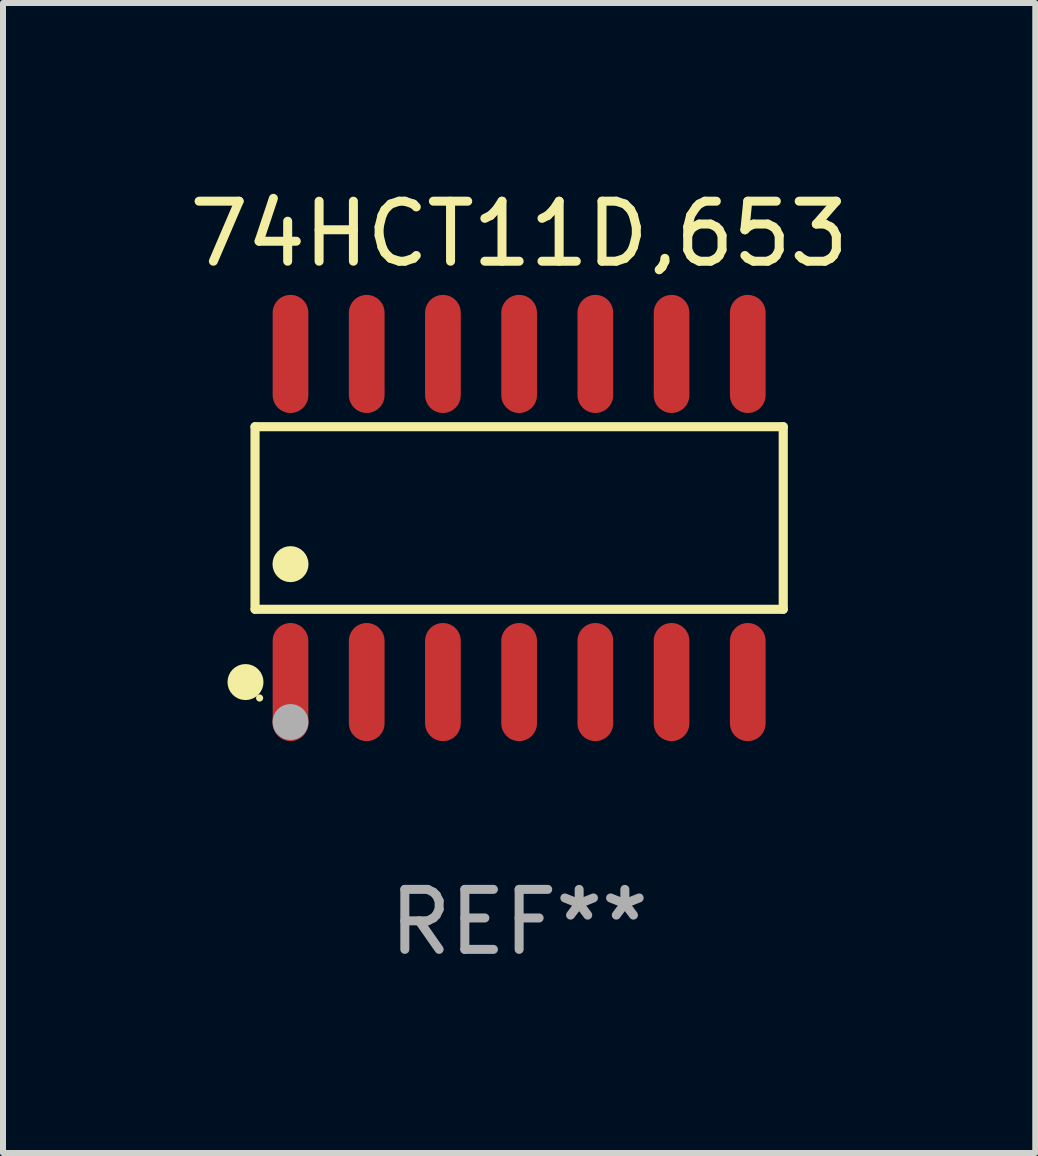
<source format=kicad_pcb>
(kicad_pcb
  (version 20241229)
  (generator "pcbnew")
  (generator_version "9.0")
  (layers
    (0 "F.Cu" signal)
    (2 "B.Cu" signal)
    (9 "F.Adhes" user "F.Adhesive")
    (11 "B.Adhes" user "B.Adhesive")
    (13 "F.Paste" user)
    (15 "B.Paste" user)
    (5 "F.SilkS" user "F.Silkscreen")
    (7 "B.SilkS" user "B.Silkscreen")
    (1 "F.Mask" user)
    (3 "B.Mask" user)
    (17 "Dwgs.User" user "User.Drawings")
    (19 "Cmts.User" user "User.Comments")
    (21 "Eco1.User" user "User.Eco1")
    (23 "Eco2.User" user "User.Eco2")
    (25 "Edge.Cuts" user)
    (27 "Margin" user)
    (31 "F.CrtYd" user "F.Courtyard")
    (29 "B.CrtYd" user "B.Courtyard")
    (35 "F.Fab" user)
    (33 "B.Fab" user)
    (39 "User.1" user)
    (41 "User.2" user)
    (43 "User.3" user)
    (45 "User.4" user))
  (footprint "74HCT11D,653"
    (layer "F.Cu")
    (at 5.601 5.582)
    (property "Reference" "74HCT11D,653" (at 0 -4.734 0) (layer "F.SilkS") (effects (font (size 1 1) (thickness 0.15))))
    (attr through_hole)
    (fp_line (start -4.401 -1.521) (end 4.401 -1.521) (stroke (width 0.152) (type solid)) (layer "F.SilkS"))
    (fp_line (start -4.401 1.521) (end -4.401 -1.521) (stroke (width 0.152) (type solid)) (layer "F.SilkS"))
    (fp_line (start 4.401 -1.521) (end 4.401 1.521) (stroke (width 0.152) (type solid)) (layer "F.SilkS"))
    (fp_line (start 4.401 1.521) (end -4.401 1.521) (stroke (width 0.152) (type solid)) (layer "F.SilkS"))
    (fp_circle (center -4.56 2.734) (end -4.41 2.734) (stroke (width 0.3) (type solid)) (fill no) (layer "F.SilkS"))
    (fp_circle (center -4.325 3) (end -4.295 3) (stroke (width 0.06) (type solid)) (fill no) (layer "F.SilkS"))
    (fp_circle (center -3.81 0.769) (end -3.66 0.769) (stroke (width 0.3) (type solid)) (fill no) (layer "F.SilkS"))
    (fp_circle (center -3.81 3.4) (end -3.66 3.4) (stroke (width 0.3) (type solid)) (fill no) (layer "F.Fab"))
    (fp_text user "REF**" (at 0 6.734 0) (layer "F.Fab") (effects (font (size 1 1) (thickness 0.15))))
    (pad "1" smd oval (at -3.81 2.734) (size 0.595 1.968) (layers "F.Cu" "F.Mask" "F.Paste"))
    (pad "2" smd oval (at -2.54 2.734) (size 0.595 1.968) (layers "F.Cu" "F.Mask" "F.Paste"))
    (pad "3" smd oval (at -1.27 2.734) (size 0.595 1.968) (layers "F.Cu" "F.Mask" "F.Paste"))
    (pad "4" smd oval (at 0 2.734) (size 0.595 1.968) (layers "F.Cu" "F.Mask" "F.Paste"))
    (pad "5" smd oval (at 1.27 2.734) (size 0.595 1.968) (layers "F.Cu" "F.Mask" "F.Paste"))
    (pad "6" smd oval (at 2.54 2.734) (size 0.595 1.968) (layers "F.Cu" "F.Mask" "F.Paste"))
    (pad "7" smd oval (at 3.81 2.734) (size 0.595 1.968) (layers "F.Cu" "F.Mask" "F.Paste"))
    (pad "8" smd oval (at 3.81 -2.734) (size 0.595 1.968) (layers "F.Cu" "F.Mask" "F.Paste"))
    (pad "9" smd oval (at 2.54 -2.734) (size 0.595 1.968) (layers "F.Cu" "F.Mask" "F.Paste"))
    (pad "10" smd oval (at 1.27 -2.734) (size 0.595 1.968) (layers "F.Cu" "F.Mask" "F.Paste"))
    (pad "11" smd oval (at 0 -2.734) (size 0.595 1.968) (layers "F.Cu" "F.Mask" "F.Paste"))
    (pad "12" smd oval (at -1.27 -2.734) (size 0.595 1.968) (layers "F.Cu" "F.Mask" "F.Paste"))
    (pad "13" smd oval (at -2.54 -2.734) (size 0.595 1.968) (layers "F.Cu" "F.Mask" "F.Paste"))
    (pad "14" smd oval (at -3.81 -2.734) (size 0.595 1.968) (layers "F.Cu" "F.Mask" "F.Paste")))
  (gr_rect
    (start -3 -3)
    (end 14.202 16.164)
    (stroke (width 0.1) (type default))
    (fill no)
    (layer "Edge.Cuts")))
</source>
